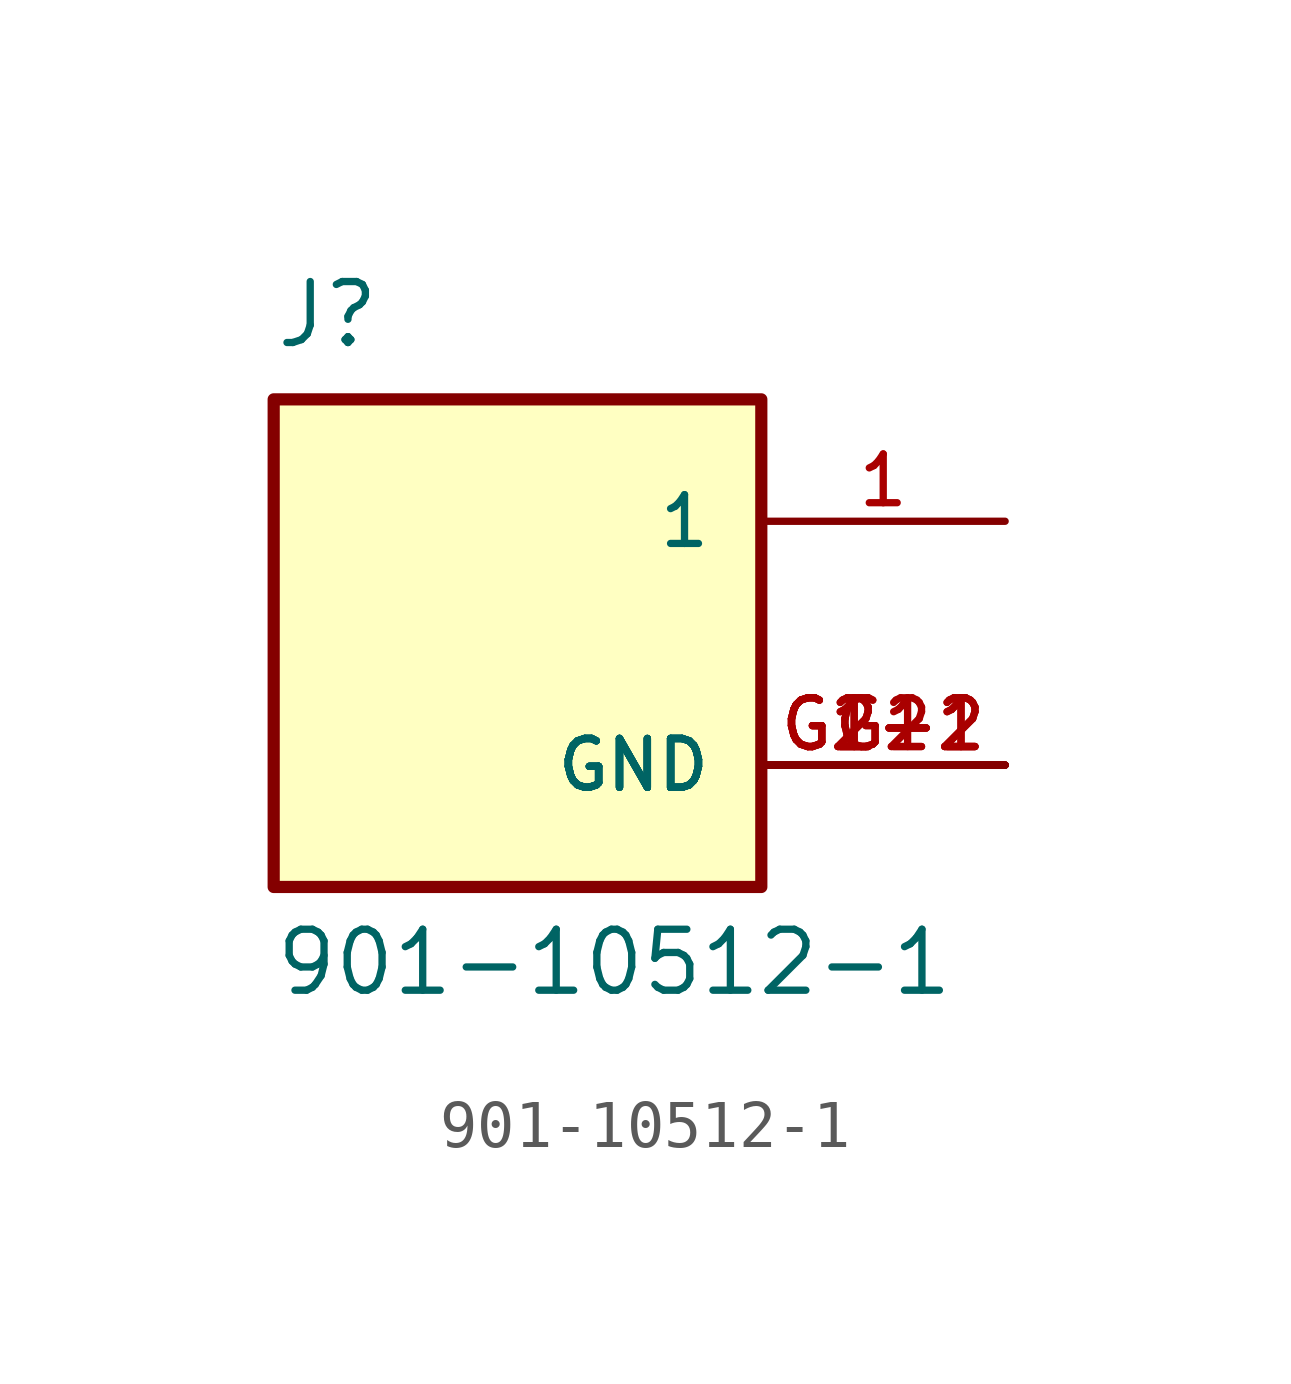
<source format=kicad_sym>
(kicad_symbol_lib
  (version 20211014)
  (generator kicad_symbol_editor)
  (symbol "901-10512-1"
    (pin_names
      (offset 1.016))
    (property "Reference" "J"
      (at -5.084 6.101 0)
      (effects (font (size 1.27 1.27)) (justify bottom left)))
    (property "Value" "901-10512-1"
      (at -5.099 -7.394 0)
      (effects (font (size 1.27 1.27)) (justify bottom left)))
    (symbol "901-10512-1_0_0"
      (rectangle (start -5.08 -5.08) (end 5.08 5.08) (stroke (width 0.254)) (fill (type background)))
      (pin power_in line (at 10.16 -2.54 180.0) (length 5.08) (name "GND" (effects (font (size 1.016 1.016)))) (number "G1" (effects (font (size 1.016 1.016)))))
      (pin power_in line (at 10.16 -2.54 180.0) (length 5.08) (name "GND" (effects (font (size 1.016 1.016)))) (number "G1-1" (effects (font (size 1.016 1.016)))))
      (pin power_in line (at 10.16 -2.54 180.0) (length 5.08) (name "GND" (effects (font (size 1.016 1.016)))) (number "G1-2" (effects (font (size 1.016 1.016)))))
      (pin power_in line (at 10.16 -2.54 180.0) (length 5.08) (name "GND" (effects (font (size 1.016 1.016)))) (number "G2" (effects (font (size 1.016 1.016)))))
      (pin power_in line (at 10.16 -2.54 180.0) (length 5.08) (name "GND" (effects (font (size 1.016 1.016)))) (number "G2-1" (effects (font (size 1.016 1.016)))))
      (pin power_in line (at 10.16 -2.54 180.0) (length 5.08) (name "GND" (effects (font (size 1.016 1.016)))) (number "G2-2" (effects (font (size 1.016 1.016)))))
      (pin passive line (at 10.16 2.54 180.0) (length 5.08) (name "1" (effects (font (size 1.016 1.016)))) (number "1" (effects (font (size 1.016 1.016))))))))
</source>
